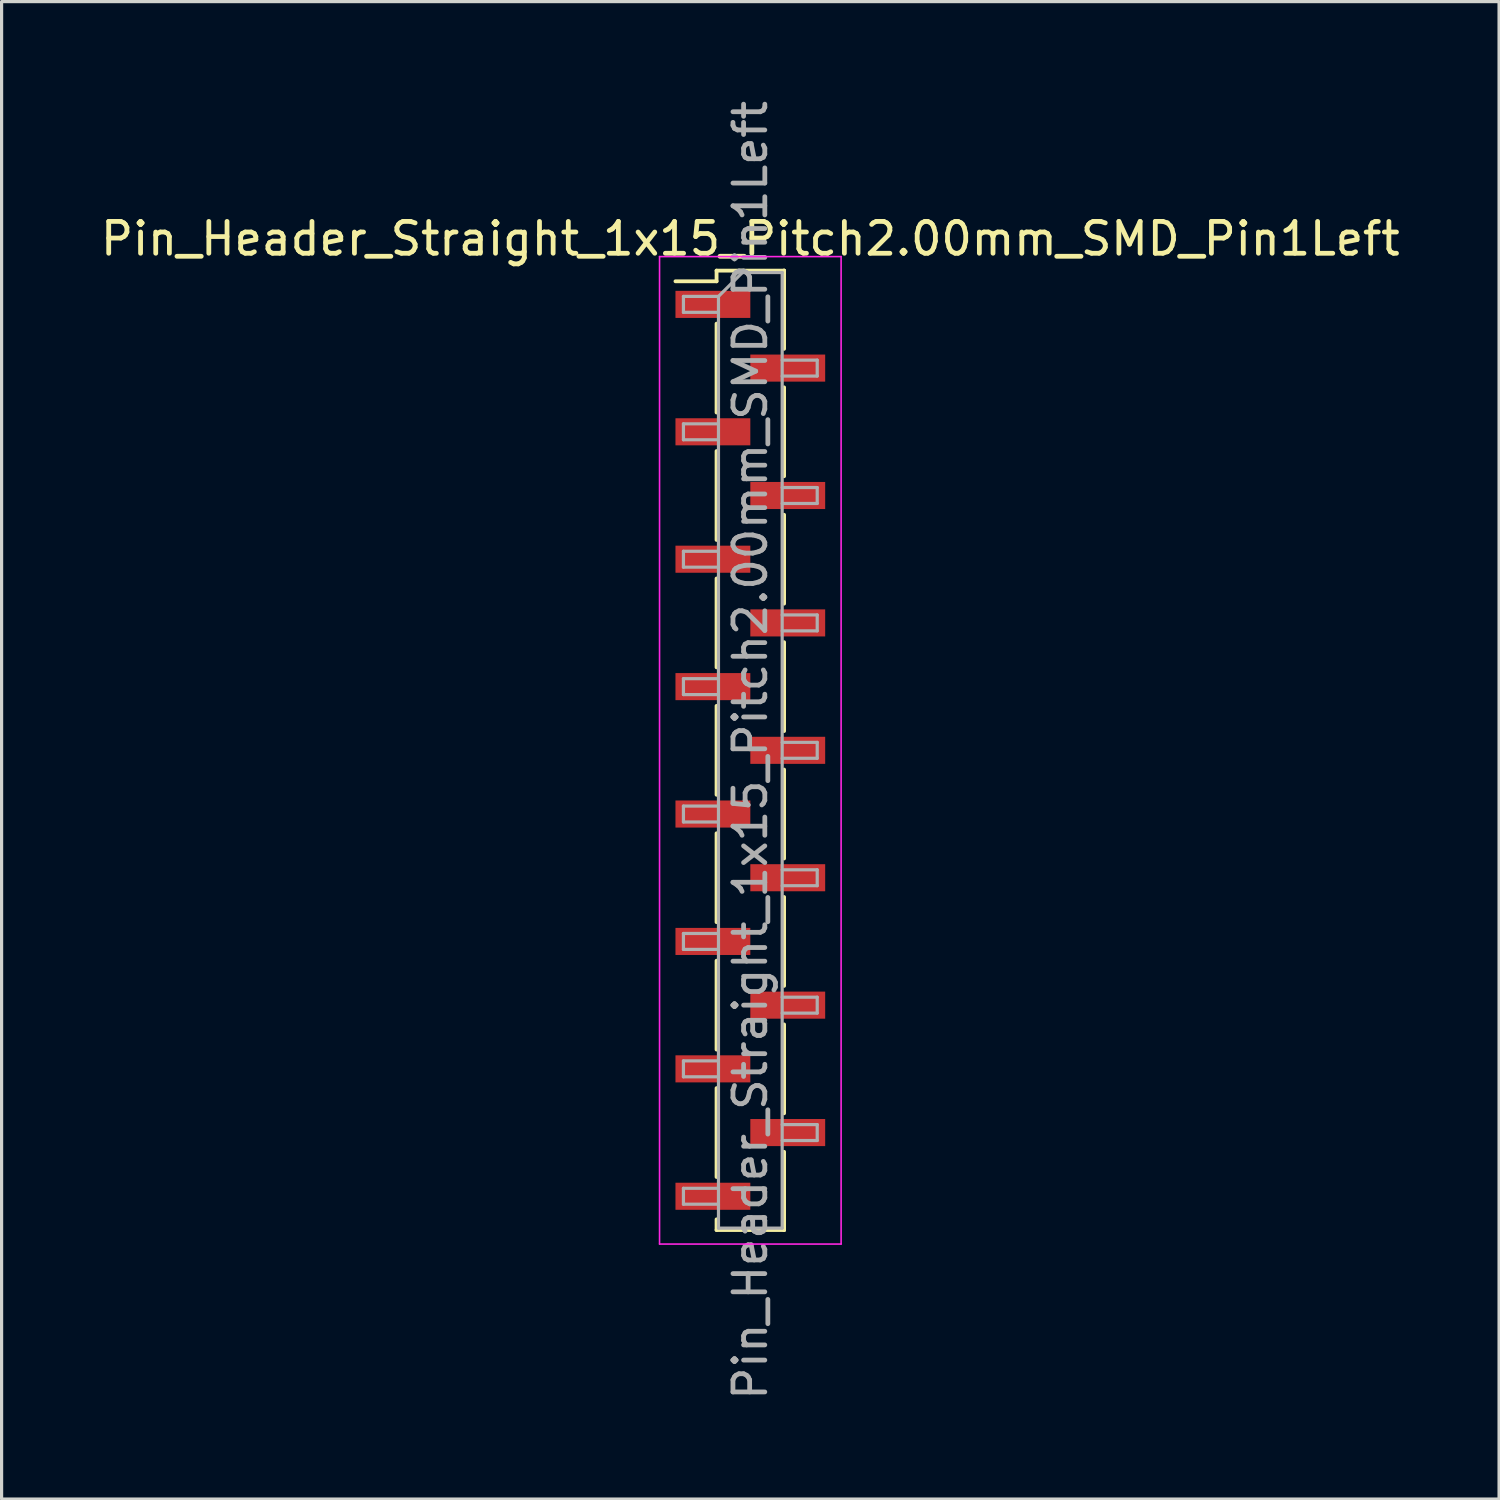
<source format=kicad_pcb>
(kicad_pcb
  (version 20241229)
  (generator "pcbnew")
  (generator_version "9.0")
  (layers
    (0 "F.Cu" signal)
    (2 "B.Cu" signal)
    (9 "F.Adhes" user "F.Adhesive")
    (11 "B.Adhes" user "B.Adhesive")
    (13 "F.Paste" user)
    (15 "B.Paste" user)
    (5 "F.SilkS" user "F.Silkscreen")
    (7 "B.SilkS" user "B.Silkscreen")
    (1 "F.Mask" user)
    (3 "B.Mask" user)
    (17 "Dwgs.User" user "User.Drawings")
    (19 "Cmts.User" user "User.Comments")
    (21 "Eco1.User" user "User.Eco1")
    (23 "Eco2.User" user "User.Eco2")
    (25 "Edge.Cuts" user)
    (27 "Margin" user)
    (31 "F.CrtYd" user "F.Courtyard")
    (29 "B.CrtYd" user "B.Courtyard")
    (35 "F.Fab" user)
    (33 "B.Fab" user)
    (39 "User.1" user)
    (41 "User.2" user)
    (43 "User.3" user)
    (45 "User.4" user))
  (footprint "Pin_Header_Straight_1x15_Pitch2.00mm_SMD_Pin1Left"
    (layer "F.Cu")
    (at 20.506 20.506)
    (property "Reference" "Pin_Header_Straight_1x15_Pitch2.00mm_SMD_Pin1Left" (at 0 -16.06 0) (layer "F.SilkS") (effects (font (size 1 1) (thickness 0.15))))
    (attr smd)
    (fp_line (start -1.06 -15.06) (end 1.06 -15.06) (stroke (width 0.12) (type solid)) (layer "F.SilkS"))
    (fp_line (start -1.06 -14.725) (end -2.35 -14.725) (stroke (width 0.12) (type solid)) (layer "F.SilkS"))
    (fp_line (start -1.06 -14.725) (end -1.06 -15.06) (stroke (width 0.12) (type solid)) (layer "F.SilkS"))
    (fp_line (start -1.06 -13.395) (end -1.06 -10.605) (stroke (width 0.12) (type solid)) (layer "F.SilkS"))
    (fp_line (start -1.06 -9.395) (end -1.06 -6.605) (stroke (width 0.12) (type solid)) (layer "F.SilkS"))
    (fp_line (start -1.06 -5.395) (end -1.06 -2.605) (stroke (width 0.12) (type solid)) (layer "F.SilkS"))
    (fp_line (start -1.06 -1.395) (end -1.06 1.395) (stroke (width 0.12) (type solid)) (layer "F.SilkS"))
    (fp_line (start -1.06 2.605) (end -1.06 5.395) (stroke (width 0.12) (type solid)) (layer "F.SilkS"))
    (fp_line (start -1.06 6.605) (end -1.06 9.395) (stroke (width 0.12) (type solid)) (layer "F.SilkS"))
    (fp_line (start -1.06 10.605) (end -1.06 13.395) (stroke (width 0.12) (type solid)) (layer "F.SilkS"))
    (fp_line (start -1.06 14.725) (end -1.06 15.06) (stroke (width 0.12) (type solid)) (layer "F.SilkS"))
    (fp_line (start -1.06 15.06) (end 1.06 15.06) (stroke (width 0.12) (type solid)) (layer "F.SilkS"))
    (fp_line (start 1.06 -15.06) (end 1.06 -14.725) (stroke (width 0.12) (type solid)) (layer "F.SilkS"))
    (fp_line (start 1.06 -15.06) (end 1.06 -12.605) (stroke (width 0.12) (type solid)) (layer "F.SilkS"))
    (fp_line (start 1.06 -11.395) (end 1.06 -8.605) (stroke (width 0.12) (type solid)) (layer "F.SilkS"))
    (fp_line (start 1.06 -7.395) (end 1.06 -4.605) (stroke (width 0.12) (type solid)) (layer "F.SilkS"))
    (fp_line (start 1.06 -3.395) (end 1.06 -0.605) (stroke (width 0.12) (type solid)) (layer "F.SilkS"))
    (fp_line (start 1.06 0.605) (end 1.06 3.395) (stroke (width 0.12) (type solid)) (layer "F.SilkS"))
    (fp_line (start 1.06 4.605) (end 1.06 7.395) (stroke (width 0.12) (type solid)) (layer "F.SilkS"))
    (fp_line (start 1.06 8.605) (end 1.06 11.395) (stroke (width 0.12) (type solid)) (layer "F.SilkS"))
    (fp_line (start 1.06 12.605) (end 1.06 15.06) (stroke (width 0.12) (type solid)) (layer "F.SilkS"))
    (fp_line (start 1.06 15.06) (end 1.06 14.725) (stroke (width 0.12) (type solid)) (layer "F.SilkS"))
    (fp_line (start -2.85 -15.5) (end -2.85 15.5) (stroke (width 0.05) (type solid)) (layer "F.CrtYd"))
    (fp_line (start -2.85 15.5) (end 2.85 15.5) (stroke (width 0.05) (type solid)) (layer "F.CrtYd"))
    (fp_line (start 2.85 -15.5) (end -2.85 -15.5) (stroke (width 0.05) (type solid)) (layer "F.CrtYd"))
    (fp_line (start 2.85 15.5) (end 2.85 -15.5) (stroke (width 0.05) (type solid)) (layer "F.CrtYd"))
    (fp_line (start -2.1 -14.25) (end -2.1 -13.75) (stroke (width 0.1) (type solid)) (layer "F.Fab"))
    (fp_line (start -2.1 -13.75) (end -1 -13.75) (stroke (width 0.1) (type solid)) (layer "F.Fab"))
    (fp_line (start -2.1 -10.25) (end -2.1 -9.75) (stroke (width 0.1) (type solid)) (layer "F.Fab"))
    (fp_line (start -2.1 -9.75) (end -1 -9.75) (stroke (width 0.1) (type solid)) (layer "F.Fab"))
    (fp_line (start -2.1 -6.25) (end -2.1 -5.75) (stroke (width 0.1) (type solid)) (layer "F.Fab"))
    (fp_line (start -2.1 -5.75) (end -1 -5.75) (stroke (width 0.1) (type solid)) (layer "F.Fab"))
    (fp_line (start -2.1 -2.25) (end -2.1 -1.75) (stroke (width 0.1) (type solid)) (layer "F.Fab"))
    (fp_line (start -2.1 -1.75) (end -1 -1.75) (stroke (width 0.1) (type solid)) (layer "F.Fab"))
    (fp_line (start -2.1 1.75) (end -2.1 2.25) (stroke (width 0.1) (type solid)) (layer "F.Fab"))
    (fp_line (start -2.1 2.25) (end -1 2.25) (stroke (width 0.1) (type solid)) (layer "F.Fab"))
    (fp_line (start -2.1 5.75) (end -2.1 6.25) (stroke (width 0.1) (type solid)) (layer "F.Fab"))
    (fp_line (start -2.1 6.25) (end -1 6.25) (stroke (width 0.1) (type solid)) (layer "F.Fab"))
    (fp_line (start -2.1 9.75) (end -2.1 10.25) (stroke (width 0.1) (type solid)) (layer "F.Fab"))
    (fp_line (start -2.1 10.25) (end -1 10.25) (stroke (width 0.1) (type solid)) (layer "F.Fab"))
    (fp_line (start -2.1 13.75) (end -2.1 14.25) (stroke (width 0.1) (type solid)) (layer "F.Fab"))
    (fp_line (start -2.1 14.25) (end -1 14.25) (stroke (width 0.1) (type solid)) (layer "F.Fab"))
    (fp_line (start -1 -14.25) (end -2.1 -14.25) (stroke (width 0.1) (type solid)) (layer "F.Fab"))
    (fp_line (start -1 -14.25) (end -0.25 -15) (stroke (width 0.1) (type solid)) (layer "F.Fab"))
    (fp_line (start -1 -10.25) (end -2.1 -10.25) (stroke (width 0.1) (type solid)) (layer "F.Fab"))
    (fp_line (start -1 -6.25) (end -2.1 -6.25) (stroke (width 0.1) (type solid)) (layer "F.Fab"))
    (fp_line (start -1 -2.25) (end -2.1 -2.25) (stroke (width 0.1) (type solid)) (layer "F.Fab"))
    (fp_line (start -1 1.75) (end -2.1 1.75) (stroke (width 0.1) (type solid)) (layer "F.Fab"))
    (fp_line (start -1 5.75) (end -2.1 5.75) (stroke (width 0.1) (type solid)) (layer "F.Fab"))
    (fp_line (start -1 9.75) (end -2.1 9.75) (stroke (width 0.1) (type solid)) (layer "F.Fab"))
    (fp_line (start -1 13.75) (end -2.1 13.75) (stroke (width 0.1) (type solid)) (layer "F.Fab"))
    (fp_line (start -1 15) (end -1 -14.25) (stroke (width 0.1) (type solid)) (layer "F.Fab"))
    (fp_line (start -0.25 -15) (end 1 -15) (stroke (width 0.1) (type solid)) (layer "F.Fab"))
    (fp_line (start 1 -15) (end 1 15) (stroke (width 0.1) (type solid)) (layer "F.Fab"))
    (fp_line (start 1 -12.25) (end 2.1 -12.25) (stroke (width 0.1) (type solid)) (layer "F.Fab"))
    (fp_line (start 1 -8.25) (end 2.1 -8.25) (stroke (width 0.1) (type solid)) (layer "F.Fab"))
    (fp_line (start 1 -4.25) (end 2.1 -4.25) (stroke (width 0.1) (type solid)) (layer "F.Fab"))
    (fp_line (start 1 -0.25) (end 2.1 -0.25) (stroke (width 0.1) (type solid)) (layer "F.Fab"))
    (fp_line (start 1 3.75) (end 2.1 3.75) (stroke (width 0.1) (type solid)) (layer "F.Fab"))
    (fp_line (start 1 7.75) (end 2.1 7.75) (stroke (width 0.1) (type solid)) (layer "F.Fab"))
    (fp_line (start 1 11.75) (end 2.1 11.75) (stroke (width 0.1) (type solid)) (layer "F.Fab"))
    (fp_line (start 1 15) (end -1 15) (stroke (width 0.1) (type solid)) (layer "F.Fab"))
    (fp_line (start 2.1 -12.25) (end 2.1 -11.75) (stroke (width 0.1) (type solid)) (layer "F.Fab"))
    (fp_line (start 2.1 -11.75) (end 1 -11.75) (stroke (width 0.1) (type solid)) (layer "F.Fab"))
    (fp_line (start 2.1 -8.25) (end 2.1 -7.75) (stroke (width 0.1) (type solid)) (layer "F.Fab"))
    (fp_line (start 2.1 -7.75) (end 1 -7.75) (stroke (width 0.1) (type solid)) (layer "F.Fab"))
    (fp_line (start 2.1 -4.25) (end 2.1 -3.75) (stroke (width 0.1) (type solid)) (layer "F.Fab"))
    (fp_line (start 2.1 -3.75) (end 1 -3.75) (stroke (width 0.1) (type solid)) (layer "F.Fab"))
    (fp_line (start 2.1 -0.25) (end 2.1 0.25) (stroke (width 0.1) (type solid)) (layer "F.Fab"))
    (fp_line (start 2.1 0.25) (end 1 0.25) (stroke (width 0.1) (type solid)) (layer "F.Fab"))
    (fp_line (start 2.1 3.75) (end 2.1 4.25) (stroke (width 0.1) (type solid)) (layer "F.Fab"))
    (fp_line (start 2.1 4.25) (end 1 4.25) (stroke (width 0.1) (type solid)) (layer "F.Fab"))
    (fp_line (start 2.1 7.75) (end 2.1 8.25) (stroke (width 0.1) (type solid)) (layer "F.Fab"))
    (fp_line (start 2.1 8.25) (end 1 8.25) (stroke (width 0.1) (type solid)) (layer "F.Fab"))
    (fp_line (start 2.1 11.75) (end 2.1 12.25) (stroke (width 0.1) (type solid)) (layer "F.Fab"))
    (fp_line (start 2.1 12.25) (end 1 12.25) (stroke (width 0.1) (type solid)) (layer "F.Fab"))
    (fp_text user "${REFERENCE}" (at 0 0 90) (layer "F.Fab") (effects (font (size 1 1) (thickness 0.15))))
    (pad "1" smd rect (at -1.175 -14) (size 2.35 0.85) (layers "F.Cu" "F.Mask" "F.Paste"))
    (pad "2" smd rect (at 1.175 -12) (size 2.35 0.85) (layers "F.Cu" "F.Mask" "F.Paste"))
    (pad "3" smd rect (at -1.175 -10) (size 2.35 0.85) (layers "F.Cu" "F.Mask" "F.Paste"))
    (pad "4" smd rect (at 1.175 -8) (size 2.35 0.85) (layers "F.Cu" "F.Mask" "F.Paste"))
    (pad "5" smd rect (at -1.175 -6) (size 2.35 0.85) (layers "F.Cu" "F.Mask" "F.Paste"))
    (pad "6" smd rect (at 1.175 -4) (size 2.35 0.85) (layers "F.Cu" "F.Mask" "F.Paste"))
    (pad "7" smd rect (at -1.175 -2) (size 2.35 0.85) (layers "F.Cu" "F.Mask" "F.Paste"))
    (pad "8" smd rect (at 1.175 0) (size 2.35 0.85) (layers "F.Cu" "F.Mask" "F.Paste"))
    (pad "9" smd rect (at -1.175 2) (size 2.35 0.85) (layers "F.Cu" "F.Mask" "F.Paste"))
    (pad "10" smd rect (at 1.175 4) (size 2.35 0.85) (layers "F.Cu" "F.Mask" "F.Paste"))
    (pad "11" smd rect (at -1.175 6) (size 2.35 0.85) (layers "F.Cu" "F.Mask" "F.Paste"))
    (pad "12" smd rect (at 1.175 8) (size 2.35 0.85) (layers "F.Cu" "F.Mask" "F.Paste"))
    (pad "13" smd rect (at -1.175 10) (size 2.35 0.85) (layers "F.Cu" "F.Mask" "F.Paste"))
    (pad "14" smd rect (at 1.175 12) (size 2.35 0.85) (layers "F.Cu" "F.Mask" "F.Paste"))
    (pad "15" smd rect (at -1.175 14) (size 2.35 0.85) (layers "F.Cu" "F.Mask" "F.Paste")))
  (gr_rect
    (start -3 -3)
    (end 44.012 44.012)
    (stroke (width 0.1) (type default))
    (fill no)
    (layer "Edge.Cuts")))
</source>
